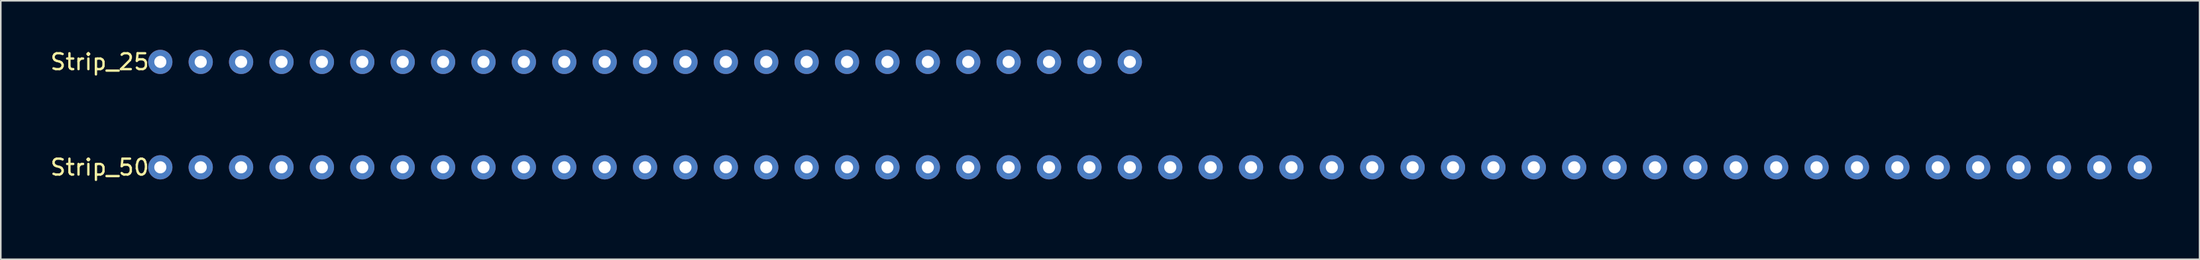
<source format=kicad_pcb>
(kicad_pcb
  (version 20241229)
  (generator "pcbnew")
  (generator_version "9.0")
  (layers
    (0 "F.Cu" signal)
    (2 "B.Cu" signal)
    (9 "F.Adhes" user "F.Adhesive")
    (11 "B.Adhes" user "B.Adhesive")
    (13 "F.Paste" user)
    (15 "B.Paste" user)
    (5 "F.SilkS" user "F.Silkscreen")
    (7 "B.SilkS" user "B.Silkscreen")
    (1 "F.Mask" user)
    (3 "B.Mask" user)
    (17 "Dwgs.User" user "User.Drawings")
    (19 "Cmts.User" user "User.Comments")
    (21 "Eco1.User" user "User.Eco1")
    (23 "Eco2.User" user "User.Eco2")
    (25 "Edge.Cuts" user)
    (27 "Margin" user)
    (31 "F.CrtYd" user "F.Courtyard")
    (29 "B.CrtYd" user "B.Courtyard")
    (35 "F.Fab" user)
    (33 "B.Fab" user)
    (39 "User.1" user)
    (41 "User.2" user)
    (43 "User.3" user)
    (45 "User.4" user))
  (footprint "Strip_50"
    (layer "F.Cu")
    (at 69.26 10.027)
    (property "Reference" "Strip_50" (at -66.04 -2.54 0) (layer "F.SilkS") (effects (font (size 1 1) (thickness 0.15))))
    (attr through_hole)
    (pad "1" thru_hole circle (at -62.23 -2.54) (size 1.524 1.524) (drill 0.762) (layers "*.Cu" "*.Mask"))
    (pad "1" thru_hole circle (at -59.69 -2.54) (size 1.524 1.524) (drill 0.762) (layers "*.Cu" "*.Mask"))
    (pad "1" thru_hole circle (at -57.15 -2.54) (size 1.524 1.524) (drill 0.762) (layers "*.Cu" "*.Mask"))
    (pad "1" thru_hole circle (at -54.61 -2.54) (size 1.524 1.524) (drill 0.762) (layers "*.Cu" "*.Mask"))
    (pad "1" thru_hole circle (at -52.07 -2.54) (size 1.524 1.524) (drill 0.762) (layers "*.Cu" "*.Mask"))
    (pad "1" thru_hole circle (at -49.53 -2.54) (size 1.524 1.524) (drill 0.762) (layers "*.Cu" "*.Mask"))
    (pad "1" thru_hole circle (at -46.99 -2.54) (size 1.524 1.524) (drill 0.762) (layers "*.Cu" "*.Mask"))
    (pad "1" thru_hole circle (at -44.45 -2.54) (size 1.524 1.524) (drill 0.762) (layers "*.Cu" "*.Mask"))
    (pad "1" thru_hole circle (at -41.91 -2.54) (size 1.524 1.524) (drill 0.762) (layers "*.Cu" "*.Mask"))
    (pad "1" thru_hole circle (at -39.37 -2.54) (size 1.524 1.524) (drill 0.762) (layers "*.Cu" "*.Mask"))
    (pad "1" thru_hole circle (at -36.83 -2.54) (size 1.524 1.524) (drill 0.762) (layers "*.Cu" "*.Mask"))
    (pad "1" thru_hole circle (at -34.29 -2.54) (size 1.524 1.524) (drill 0.762) (layers "*.Cu" "*.Mask"))
    (pad "1" thru_hole circle (at -31.75 -2.54) (size 1.524 1.524) (drill 0.762) (layers "*.Cu" "*.Mask"))
    (pad "1" thru_hole circle (at -29.21 -2.54) (size 1.524 1.524) (drill 0.762) (layers "*.Cu" "*.Mask"))
    (pad "1" thru_hole circle (at -26.67 -2.54) (size 1.524 1.524) (drill 0.762) (layers "*.Cu" "*.Mask"))
    (pad "1" thru_hole circle (at -24.13 -2.54) (size 1.524 1.524) (drill 0.762) (layers "*.Cu" "*.Mask"))
    (pad "1" thru_hole circle (at -21.59 -2.54) (size 1.524 1.524) (drill 0.762) (layers "*.Cu" "*.Mask"))
    (pad "1" thru_hole circle (at -19.05 -2.54) (size 1.524 1.524) (drill 0.762) (layers "*.Cu" "*.Mask"))
    (pad "1" thru_hole circle (at -16.51 -2.54) (size 1.524 1.524) (drill 0.762) (layers "*.Cu" "*.Mask"))
    (pad "1" thru_hole circle (at -13.97 -2.54) (size 1.524 1.524) (drill 0.762) (layers "*.Cu" "*.Mask"))
    (pad "1" thru_hole circle (at -11.43 -2.54) (size 1.524 1.524) (drill 0.762) (layers "*.Cu" "*.Mask"))
    (pad "1" thru_hole circle (at -8.89 -2.54) (size 1.524 1.524) (drill 0.762) (layers "*.Cu" "*.Mask"))
    (pad "1" thru_hole circle (at -6.35 -2.54) (size 1.524 1.524) (drill 0.762) (layers "*.Cu" "*.Mask"))
    (pad "1" thru_hole circle (at -3.81 -2.54) (size 1.524 1.524) (drill 0.762) (layers "*.Cu" "*.Mask"))
    (pad "1" thru_hole circle (at -1.27 -2.54) (size 1.524 1.524) (drill 0.762) (layers "*.Cu" "*.Mask"))
    (pad "1" thru_hole circle (at 1.27 -2.54) (size 1.524 1.524) (drill 0.762) (layers "*.Cu" "*.Mask"))
    (pad "1" thru_hole circle (at 3.81 -2.54) (size 1.524 1.524) (drill 0.762) (layers "*.Cu" "*.Mask"))
    (pad "1" thru_hole circle (at 6.35 -2.54) (size 1.524 1.524) (drill 0.762) (layers "*.Cu" "*.Mask"))
    (pad "1" thru_hole circle (at 8.89 -2.54) (size 1.524 1.524) (drill 0.762) (layers "*.Cu" "*.Mask"))
    (pad "1" thru_hole circle (at 11.43 -2.54) (size 1.524 1.524) (drill 0.762) (layers "*.Cu" "*.Mask"))
    (pad "1" thru_hole circle (at 13.97 -2.54) (size 1.524 1.524) (drill 0.762) (layers "*.Cu" "*.Mask"))
    (pad "1" thru_hole circle (at 16.51 -2.54) (size 1.524 1.524) (drill 0.762) (layers "*.Cu" "*.Mask"))
    (pad "1" thru_hole circle (at 19.05 -2.54) (size 1.524 1.524) (drill 0.762) (layers "*.Cu" "*.Mask"))
    (pad "1" thru_hole circle (at 21.59 -2.54) (size 1.524 1.524) (drill 0.762) (layers "*.Cu" "*.Mask"))
    (pad "1" thru_hole circle (at 24.13 -2.54) (size 1.524 1.524) (drill 0.762) (layers "*.Cu" "*.Mask"))
    (pad "1" thru_hole circle (at 26.67 -2.54) (size 1.524 1.524) (drill 0.762) (layers "*.Cu" "*.Mask"))
    (pad "1" thru_hole circle (at 29.21 -2.54) (size 1.524 1.524) (drill 0.762) (layers "*.Cu" "*.Mask"))
    (pad "1" thru_hole circle (at 31.75 -2.54) (size 1.524 1.524) (drill 0.762) (layers "*.Cu" "*.Mask"))
    (pad "1" thru_hole circle (at 34.29 -2.54) (size 1.524 1.524) (drill 0.762) (layers "*.Cu" "*.Mask"))
    (pad "1" thru_hole circle (at 36.83 -2.54) (size 1.524 1.524) (drill 0.762) (layers "*.Cu" "*.Mask"))
    (pad "1" thru_hole circle (at 39.37 -2.54) (size 1.524 1.524) (drill 0.762) (layers "*.Cu" "*.Mask"))
    (pad "1" thru_hole circle (at 41.91 -2.54) (size 1.524 1.524) (drill 0.762) (layers "*.Cu" "*.Mask"))
    (pad "1" thru_hole circle (at 44.45 -2.54) (size 1.524 1.524) (drill 0.762) (layers "*.Cu" "*.Mask"))
    (pad "1" thru_hole circle (at 46.99 -2.54) (size 1.524 1.524) (drill 0.762) (layers "*.Cu" "*.Mask"))
    (pad "1" thru_hole circle (at 49.53 -2.54) (size 1.524 1.524) (drill 0.762) (layers "*.Cu" "*.Mask"))
    (pad "1" thru_hole circle (at 52.07 -2.54) (size 1.524 1.524) (drill 0.762) (layers "*.Cu" "*.Mask"))
    (pad "1" thru_hole circle (at 54.61 -2.54) (size 1.524 1.524) (drill 0.762) (layers "*.Cu" "*.Mask"))
    (pad "1" thru_hole circle (at 57.15 -2.54) (size 1.524 1.524) (drill 0.762) (layers "*.Cu" "*.Mask"))
    (pad "1" thru_hole circle (at 59.69 -2.54) (size 1.524 1.524) (drill 0.762) (layers "*.Cu" "*.Mask"))
    (pad "1" thru_hole circle (at 62.23 -2.54) (size 1.524 1.524) (drill 0.762) (layers "*.Cu" "*.Mask")))
  (footprint "Strip_25"
    (layer "F.Cu")
    (at 37.51 3.388)
    (property "Reference" "Strip_25" (at -34.29 -2.54 0) (layer "F.SilkS") (effects (font (size 1 1) (thickness 0.15))))
    (attr through_hole)
    (pad "1" thru_hole circle (at -30.48 -2.54) (size 1.524 1.524) (drill 0.762) (layers "*.Cu" "*.Mask"))
    (pad "1" thru_hole circle (at -27.94 -2.54) (size 1.524 1.524) (drill 0.762) (layers "*.Cu" "*.Mask"))
    (pad "1" thru_hole circle (at -25.4 -2.54) (size 1.524 1.524) (drill 0.762) (layers "*.Cu" "*.Mask"))
    (pad "1" thru_hole circle (at -22.86 -2.54) (size 1.524 1.524) (drill 0.762) (layers "*.Cu" "*.Mask"))
    (pad "1" thru_hole circle (at -20.32 -2.54) (size 1.524 1.524) (drill 0.762) (layers "*.Cu" "*.Mask"))
    (pad "1" thru_hole circle (at -17.78 -2.54) (size 1.524 1.524) (drill 0.762) (layers "*.Cu" "*.Mask"))
    (pad "1" thru_hole circle (at -15.24 -2.54) (size 1.524 1.524) (drill 0.762) (layers "*.Cu" "*.Mask"))
    (pad "1" thru_hole circle (at -12.7 -2.54) (size 1.524 1.524) (drill 0.762) (layers "*.Cu" "*.Mask"))
    (pad "1" thru_hole circle (at -10.16 -2.54) (size 1.524 1.524) (drill 0.762) (layers "*.Cu" "*.Mask"))
    (pad "1" thru_hole circle (at -7.62 -2.54) (size 1.524 1.524) (drill 0.762) (layers "*.Cu" "*.Mask"))
    (pad "1" thru_hole circle (at -5.08 -2.54) (size 1.524 1.524) (drill 0.762) (layers "*.Cu" "*.Mask"))
    (pad "1" thru_hole circle (at -2.54 -2.54) (size 1.524 1.524) (drill 0.762) (layers "*.Cu" "*.Mask"))
    (pad "1" thru_hole circle (at 0 -2.54) (size 1.524 1.524) (drill 0.762) (layers "*.Cu" "*.Mask"))
    (pad "1" thru_hole circle (at 2.54 -2.54) (size 1.524 1.524) (drill 0.762) (layers "*.Cu" "*.Mask"))
    (pad "1" thru_hole circle (at 5.08 -2.54) (size 1.524 1.524) (drill 0.762) (layers "*.Cu" "*.Mask"))
    (pad "1" thru_hole circle (at 7.62 -2.54) (size 1.524 1.524) (drill 0.762) (layers "*.Cu" "*.Mask"))
    (pad "1" thru_hole circle (at 10.16 -2.54) (size 1.524 1.524) (drill 0.762) (layers "*.Cu" "*.Mask"))
    (pad "1" thru_hole circle (at 12.7 -2.54) (size 1.524 1.524) (drill 0.762) (layers "*.Cu" "*.Mask"))
    (pad "1" thru_hole circle (at 15.24 -2.54) (size 1.524 1.524) (drill 0.762) (layers "*.Cu" "*.Mask"))
    (pad "1" thru_hole circle (at 17.78 -2.54) (size 1.524 1.524) (drill 0.762) (layers "*.Cu" "*.Mask"))
    (pad "1" thru_hole circle (at 20.32 -2.54) (size 1.524 1.524) (drill 0.762) (layers "*.Cu" "*.Mask"))
    (pad "1" thru_hole circle (at 22.86 -2.54) (size 1.524 1.524) (drill 0.762) (layers "*.Cu" "*.Mask"))
    (pad "1" thru_hole circle (at 25.4 -2.54) (size 1.524 1.524) (drill 0.762) (layers "*.Cu" "*.Mask"))
    (pad "1" thru_hole circle (at 27.94 -2.54) (size 1.524 1.524) (drill 0.762) (layers "*.Cu" "*.Mask"))
    (pad "1" thru_hole circle (at 30.48 -2.54) (size 1.524 1.524) (drill 0.762) (layers "*.Cu" "*.Mask")))
  (gr_rect
    (start -3 -3)
    (end 135.252 13.277)
    (stroke (width 0.1) (type default))
    (fill no)
    (layer "Edge.Cuts")))
</source>
